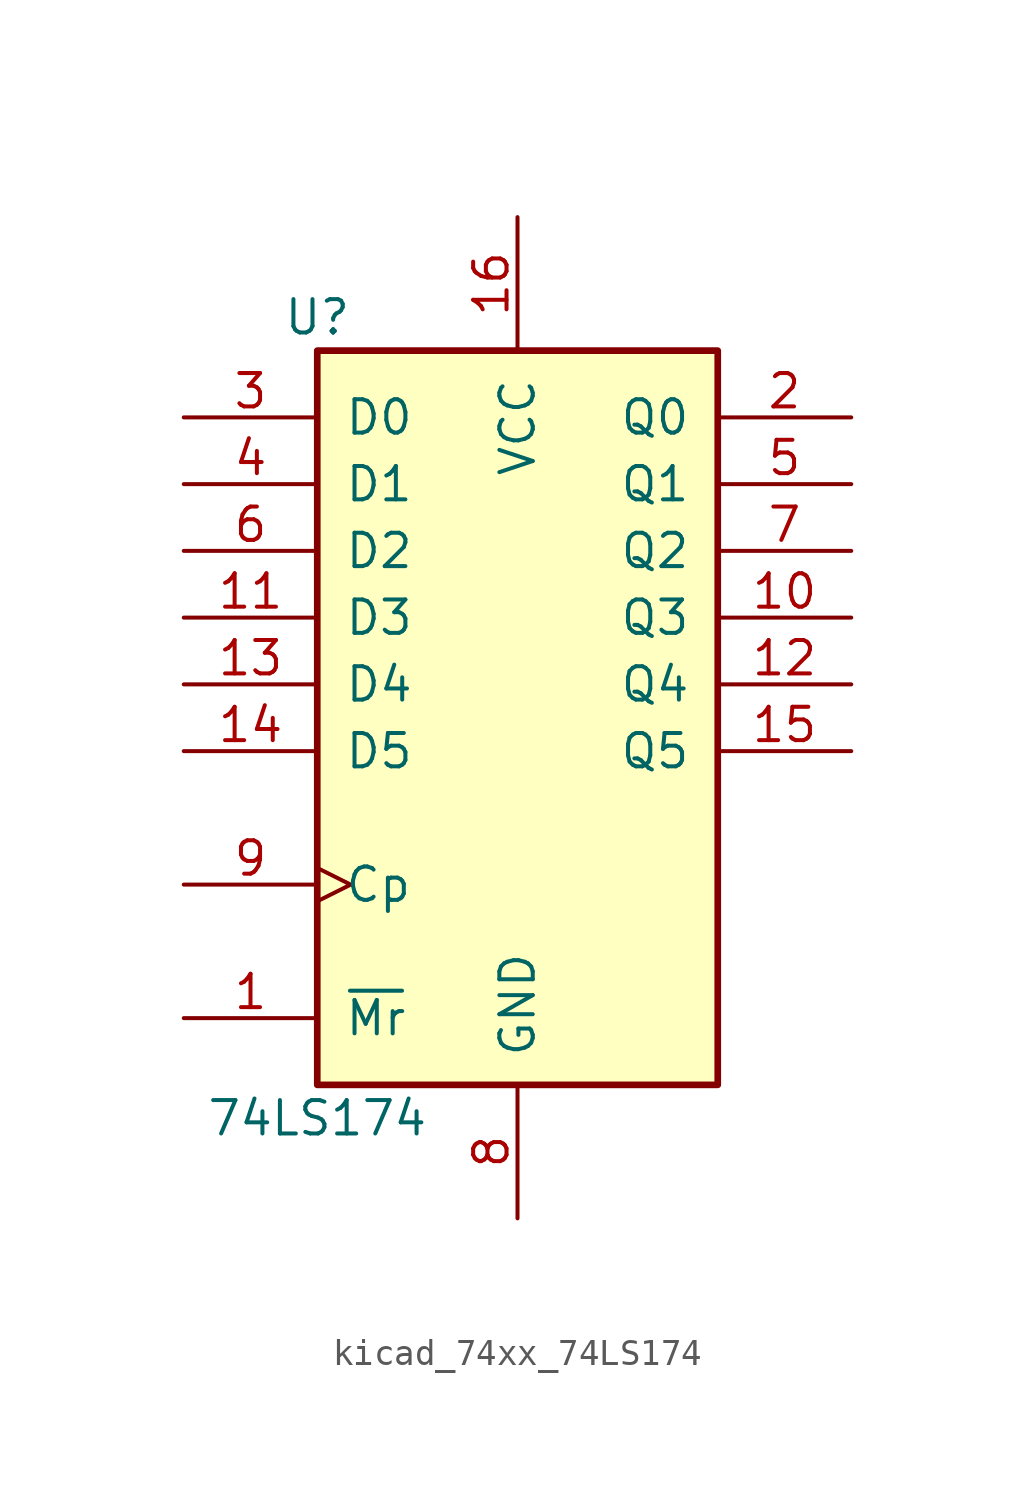
<source format=kicad_sym>
(kicad_symbol_lib
  (version 20220914)
  (generator kicad_symbol_editor)
  (symbol "kicad_74xx_74LS174"
    (pin_names
      (offset 1.016))
    (property "Reference" "U"
      (at -7.62 13.97 0)
      (effects (font (size 1.27 1.27))))
    (property "Value" "74LS174"
      (at -7.62 -16.51 0)
      (effects (font (size 1.27 1.27))))
    (property "ki_locked" ""
      (at 0 0 0)
      (effects (font (size 1.27 1.27))))
    (symbol "kicad_74xx_74LS174_1_0"
      (pin input line (at -12.7 -12.7 0) (length 5.08) (name "~{Mr}" (effects (font (size 1.27 1.27)))) (number "1" (effects (font (size 1.27 1.27)))))
      (pin output line (at 12.7 2.54 180) (length 5.08) (name "Q3" (effects (font (size 1.27 1.27)))) (number "10" (effects (font (size 1.27 1.27)))))
      (pin input line (at -12.7 2.54 0) (length 5.08) (name "D3" (effects (font (size 1.27 1.27)))) (number "11" (effects (font (size 1.27 1.27)))))
      (pin output line (at 12.7 0 180) (length 5.08) (name "Q4" (effects (font (size 1.27 1.27)))) (number "12" (effects (font (size 1.27 1.27)))))
      (pin input line (at -12.7 0 0) (length 5.08) (name "D4" (effects (font (size 1.27 1.27)))) (number "13" (effects (font (size 1.27 1.27)))))
      (pin input line (at -12.7 -2.54 0) (length 5.08) (name "D5" (effects (font (size 1.27 1.27)))) (number "14" (effects (font (size 1.27 1.27)))))
      (pin output line (at 12.7 -2.54 180) (length 5.08) (name "Q5" (effects (font (size 1.27 1.27)))) (number "15" (effects (font (size 1.27 1.27)))))
      (pin power_in line (at 0 17.78 270) (length 5.08) (name "VCC" (effects (font (size 1.27 1.27)))) (number "16" (effects (font (size 1.27 1.27)))))
      (pin output line (at 12.7 10.16 180) (length 5.08) (name "Q0" (effects (font (size 1.27 1.27)))) (number "2" (effects (font (size 1.27 1.27)))))
      (pin input line (at -12.7 10.16 0) (length 5.08) (name "D0" (effects (font (size 1.27 1.27)))) (number "3" (effects (font (size 1.27 1.27)))))
      (pin input line (at -12.7 7.62 0) (length 5.08) (name "D1" (effects (font (size 1.27 1.27)))) (number "4" (effects (font (size 1.27 1.27)))))
      (pin output line (at 12.7 7.62 180) (length 5.08) (name "Q1" (effects (font (size 1.27 1.27)))) (number "5" (effects (font (size 1.27 1.27)))))
      (pin input line (at -12.7 5.08 0) (length 5.08) (name "D2" (effects (font (size 1.27 1.27)))) (number "6" (effects (font (size 1.27 1.27)))))
      (pin output line (at 12.7 5.08 180) (length 5.08) (name "Q2" (effects (font (size 1.27 1.27)))) (number "7" (effects (font (size 1.27 1.27)))))
      (pin power_in line (at 0 -20.32 90) (length 5.08) (name "GND" (effects (font (size 1.27 1.27)))) (number "8" (effects (font (size 1.27 1.27)))))
      (pin input clock (at -12.7 -7.62 0) (length 5.08) (name "Cp" (effects (font (size 1.27 1.27)))) (number "9" (effects (font (size 1.27 1.27))))))
    (symbol "kicad_74xx_74LS174_1_1"
      (rectangle (start -7.62 12.7) (end 7.62 -15.24) (stroke (width 0.254) (type default)) (fill (type background))))))
</source>
